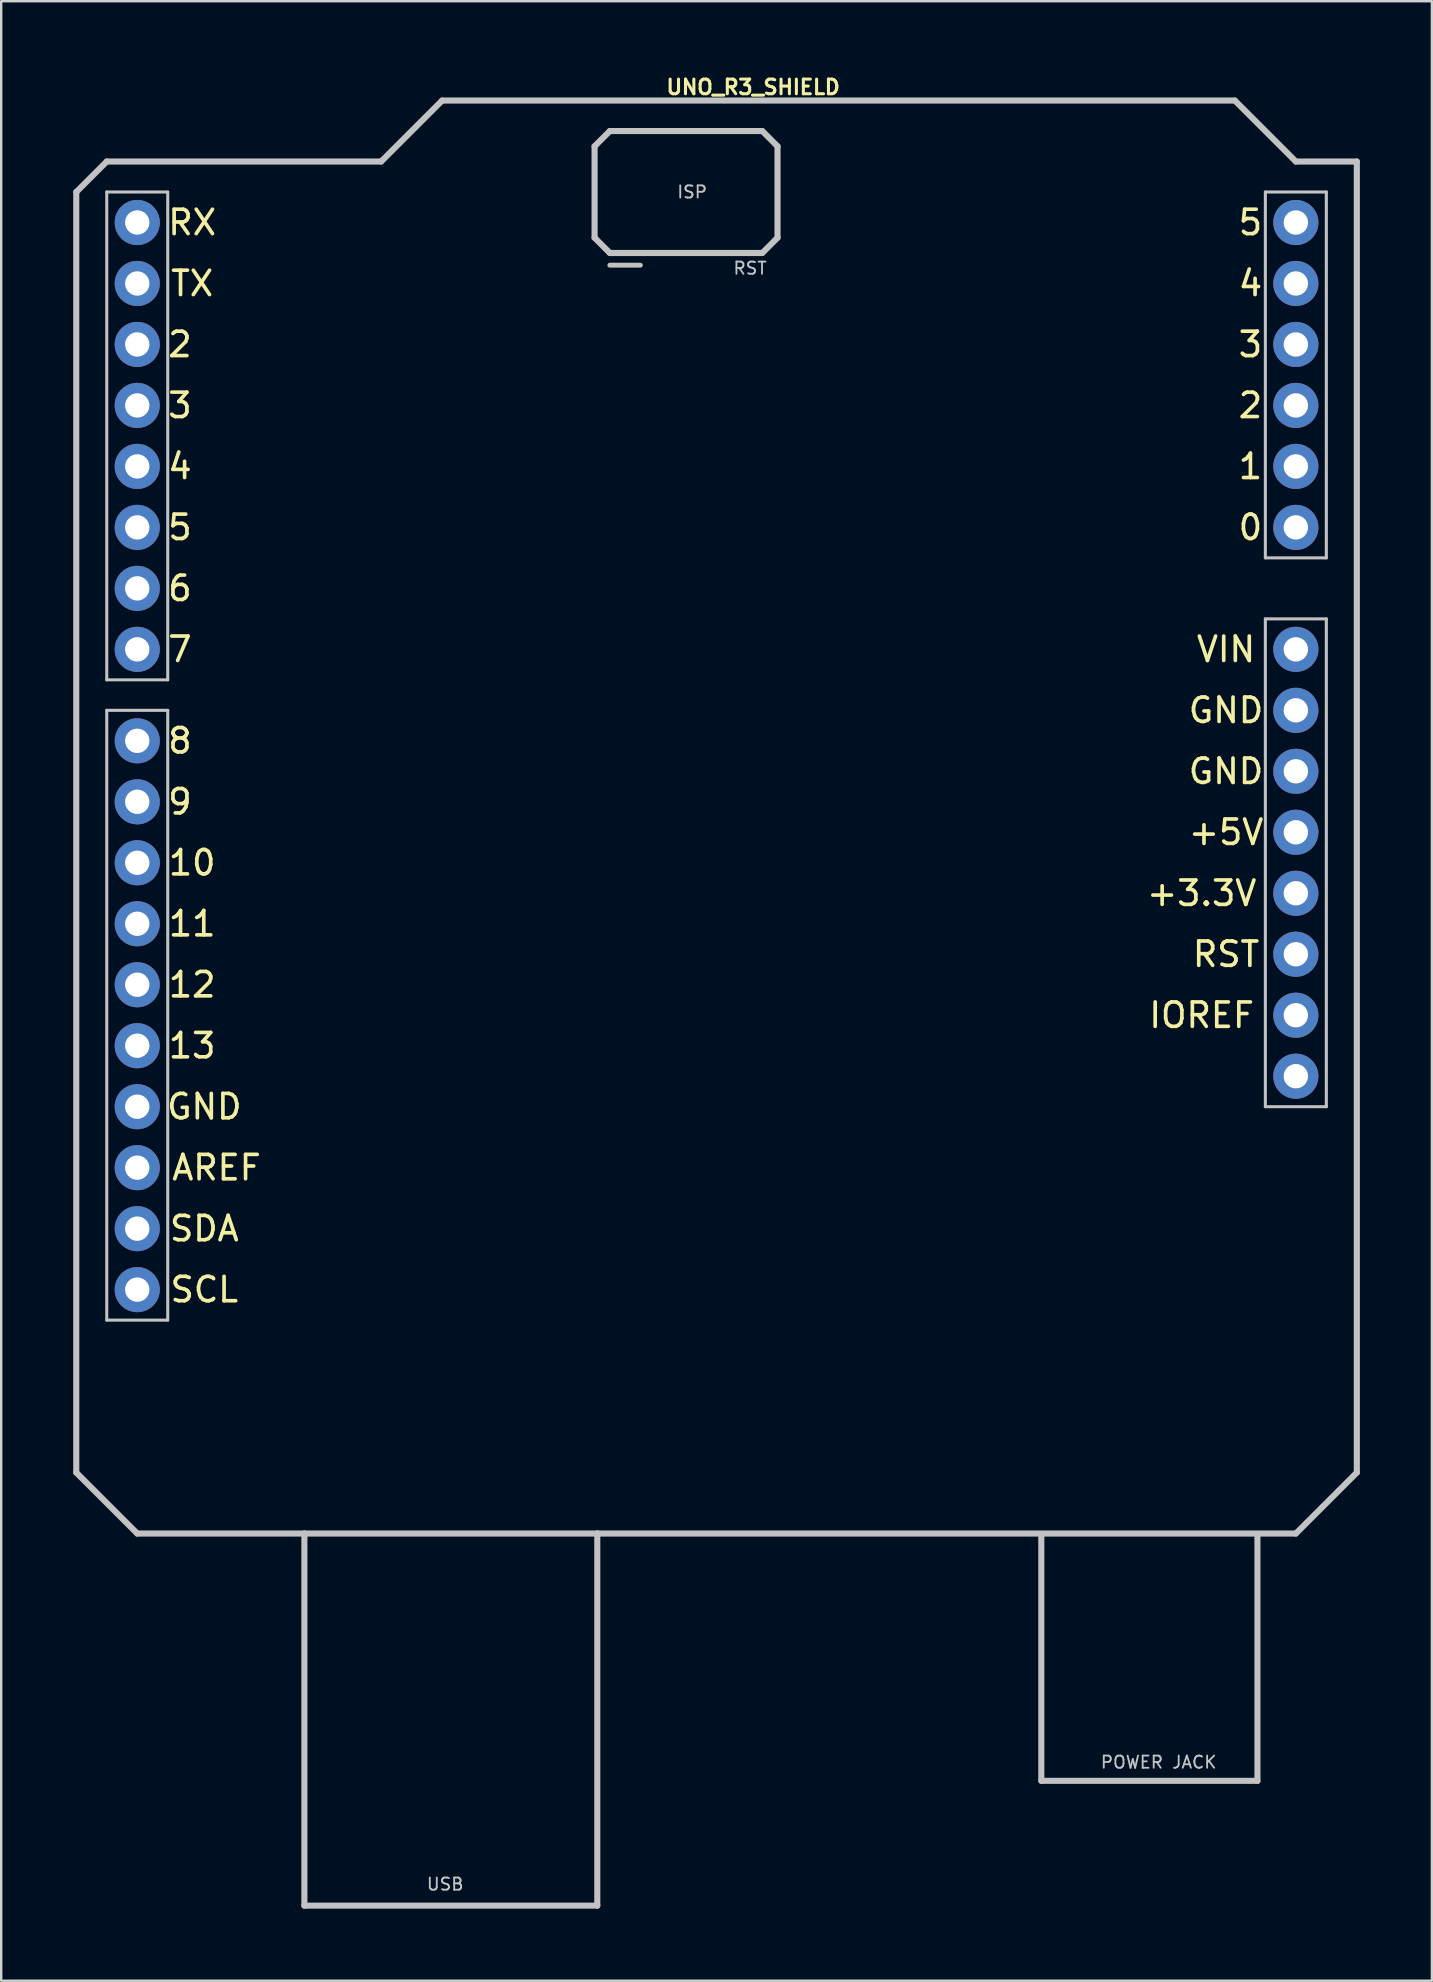
<source format=kicad_pcb>
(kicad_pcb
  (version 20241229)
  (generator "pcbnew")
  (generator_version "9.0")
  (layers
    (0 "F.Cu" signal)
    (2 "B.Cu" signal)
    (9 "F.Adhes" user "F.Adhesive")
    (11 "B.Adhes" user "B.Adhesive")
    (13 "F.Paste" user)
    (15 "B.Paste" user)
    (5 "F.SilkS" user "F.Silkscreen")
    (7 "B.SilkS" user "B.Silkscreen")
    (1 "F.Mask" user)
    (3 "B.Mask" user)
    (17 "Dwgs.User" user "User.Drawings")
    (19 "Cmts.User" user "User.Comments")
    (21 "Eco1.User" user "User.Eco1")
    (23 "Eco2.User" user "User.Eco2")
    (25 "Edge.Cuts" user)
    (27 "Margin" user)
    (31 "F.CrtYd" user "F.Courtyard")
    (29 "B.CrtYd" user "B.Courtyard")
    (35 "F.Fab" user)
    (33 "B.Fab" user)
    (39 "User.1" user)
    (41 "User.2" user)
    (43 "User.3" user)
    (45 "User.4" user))
  (footprint "UNO_R3_SHIELD"
    (layer "F.Cu")
    (at 26.797 31.618)
    (property "Reference" "UNO_R3_SHIELD" (at 1.524 -31.039 0) (layer "F.SilkS") (effects (font (size 0.61 0.61) (thickness 0.127))))
    (attr exclude_from_pos_files exclude_from_bom)
    (fp_line (start -26.67 -26.67) (end -26.67 26.67) (stroke (width 0.254) (type solid)) (layer "Dwgs.User"))
    (fp_line (start -26.67 26.67) (end -24.13 29.21) (stroke (width 0.254) (type solid)) (layer "Dwgs.User"))
    (fp_line (start -25.4 -27.94) (end -26.67 -26.67) (stroke (width 0.254) (type solid)) (layer "Dwgs.User"))
    (fp_line (start -25.4 -26.67) (end -22.86 -26.67) (stroke (width 0.127) (type solid)) (layer "Dwgs.User"))
    (fp_line (start -25.4 -6.35) (end -25.4 -26.67) (stroke (width 0.127) (type solid)) (layer "Dwgs.User"))
    (fp_line (start -25.4 -5.08) (end -22.86 -5.08) (stroke (width 0.127) (type solid)) (layer "Dwgs.User"))
    (fp_line (start -25.4 20.32) (end -25.4 -5.08) (stroke (width 0.127) (type solid)) (layer "Dwgs.User"))
    (fp_line (start -24.13 29.21) (end -17.168 29.21) (stroke (width 0.254) (type solid)) (layer "Dwgs.User"))
    (fp_line (start -22.86 -26.67) (end -22.86 -6.35) (stroke (width 0.127) (type solid)) (layer "Dwgs.User"))
    (fp_line (start -22.86 -6.35) (end -25.4 -6.35) (stroke (width 0.127) (type solid)) (layer "Dwgs.User"))
    (fp_line (start -22.86 -5.08) (end -22.86 20.32) (stroke (width 0.127) (type solid)) (layer "Dwgs.User"))
    (fp_line (start -22.86 20.32) (end -25.4 20.32) (stroke (width 0.127) (type solid)) (layer "Dwgs.User"))
    (fp_line (start -17.168 29.21) (end -4.968 29.21) (stroke (width 0.254) (type solid)) (layer "Dwgs.User"))
    (fp_line (start -17.168 44.709) (end -17.168 29.21) (stroke (width 0.254) (type solid)) (layer "Dwgs.User"))
    (fp_line (start -17.168 44.709) (end -4.968 44.709) (stroke (width 0.254) (type solid)) (layer "Dwgs.User"))
    (fp_line (start -13.97 -27.94) (end -25.4 -27.94) (stroke (width 0.254) (type solid)) (layer "Dwgs.User"))
    (fp_line (start -11.43 -30.48) (end -13.97 -27.94) (stroke (width 0.254) (type solid)) (layer "Dwgs.User"))
    (fp_line (start -5.08 -28.575) (end -4.445 -29.21) (stroke (width 0.254) (type solid)) (layer "Dwgs.User"))
    (fp_line (start -5.08 -24.765) (end -5.08 -28.575) (stroke (width 0.254) (type solid)) (layer "Dwgs.User"))
    (fp_line (start -4.968 29.21) (end 24.13 29.21) (stroke (width 0.254) (type solid)) (layer "Dwgs.User"))
    (fp_line (start -4.968 44.709) (end -4.968 29.21) (stroke (width 0.254) (type solid)) (layer "Dwgs.User"))
    (fp_line (start -4.445 -29.21) (end 1.905 -29.21) (stroke (width 0.254) (type solid)) (layer "Dwgs.User"))
    (fp_line (start -4.445 -24.13) (end -5.08 -24.765) (stroke (width 0.254) (type solid)) (layer "Dwgs.User"))
    (fp_line (start -3.175 -23.622) (end -4.445 -23.622) (stroke (width 0.203) (type solid)) (layer "Dwgs.User"))
    (fp_line (start 1.905 -29.21) (end 2.54 -28.575) (stroke (width 0.254) (type solid)) (layer "Dwgs.User"))
    (fp_line (start 1.905 -24.13) (end -4.445 -24.13) (stroke (width 0.254) (type solid)) (layer "Dwgs.User"))
    (fp_line (start 2.54 -28.575) (end 2.54 -24.765) (stroke (width 0.254) (type solid)) (layer "Dwgs.User"))
    (fp_line (start 2.54 -24.765) (end 1.905 -24.13) (stroke (width 0.254) (type solid)) (layer "Dwgs.User"))
    (fp_line (start 13.528 39.51) (end 13.528 29.309) (stroke (width 0.254) (type solid)) (layer "Dwgs.User"))
    (fp_line (start 13.528 39.51) (end 22.53 39.51) (stroke (width 0.254) (type solid)) (layer "Dwgs.User"))
    (fp_line (start 21.59 -30.48) (end -11.43 -30.48) (stroke (width 0.254) (type solid)) (layer "Dwgs.User"))
    (fp_line (start 22.53 39.51) (end 22.53 29.309) (stroke (width 0.254) (type solid)) (layer "Dwgs.User"))
    (fp_line (start 22.86 -26.67) (end 25.4 -26.67) (stroke (width 0.127) (type solid)) (layer "Dwgs.User"))
    (fp_line (start 22.86 -11.43) (end 22.86 -26.67) (stroke (width 0.127) (type solid)) (layer "Dwgs.User"))
    (fp_line (start 22.86 -8.89) (end 22.86 11.43) (stroke (width 0.127) (type solid)) (layer "Dwgs.User"))
    (fp_line (start 22.86 11.43) (end 25.4 11.43) (stroke (width 0.127) (type solid)) (layer "Dwgs.User"))
    (fp_line (start 24.13 -27.94) (end 21.59 -30.48) (stroke (width 0.254) (type solid)) (layer "Dwgs.User"))
    (fp_line (start 24.13 29.21) (end 26.67 26.67) (stroke (width 0.254) (type solid)) (layer "Dwgs.User"))
    (fp_line (start 25.4 -26.67) (end 25.4 -11.43) (stroke (width 0.127) (type solid)) (layer "Dwgs.User"))
    (fp_line (start 25.4 -11.43) (end 22.86 -11.43) (stroke (width 0.127) (type solid)) (layer "Dwgs.User"))
    (fp_line (start 25.4 -8.89) (end 22.86 -8.89) (stroke (width 0.127) (type solid)) (layer "Dwgs.User"))
    (fp_line (start 25.4 11.43) (end 25.4 -8.89) (stroke (width 0.127) (type solid)) (layer "Dwgs.User"))
    (fp_line (start 26.67 -27.94) (end 24.13 -27.94) (stroke (width 0.254) (type solid)) (layer "Dwgs.User"))
    (fp_line (start 26.67 26.67) (end 26.67 -27.94) (stroke (width 0.254) (type solid)) (layer "Dwgs.User"))
    (fp_text user "5" (at 22.238 -25.4 180) (layer "F.SilkS") (effects (font (size 1.016 1.016) (thickness 0.152))))
    (fp_text user "GND" (at 21.222 -5.08 180) (layer "F.SilkS") (effects (font (size 1.016 1.016) (thickness 0.152))))
    (fp_text user "+5V" (at 21.222 0 180) (layer "F.SilkS") (effects (font (size 1.016 1.016) (thickness 0.152))))
    (fp_text user "TX" (at -21.844 -22.86 0) (layer "F.SilkS") (effects (font (size 1.016 1.016) (thickness 0.152))))
    (fp_text user "5" (at -22.352 -12.7 0) (layer "F.SilkS") (effects (font (size 1.016 1.016) (thickness 0.152))))
    (fp_text user "4" (at 22.238 -22.86 180) (layer "F.SilkS") (effects (font (size 1.016 1.016) (thickness 0.152))))
    (fp_text user "2" (at -22.352 -20.32 0) (layer "F.SilkS") (effects (font (size 1.016 1.016) (thickness 0.152))))
    (fp_text user "RX" (at -21.844 -25.4 0) (layer "F.SilkS") (effects (font (size 1.016 1.016) (thickness 0.152))))
    (fp_text user "IOREF" (at 20.206 7.62 180) (layer "F.SilkS") (effects (font (size 1.016 1.016) (thickness 0.152))))
    (fp_text user "7" (at -22.352 -7.62 0) (layer "F.SilkS") (effects (font (size 1.016 1.016) (thickness 0.152))))
    (fp_text user "AREF" (at -20.828 13.97 0) (layer "F.SilkS") (effects (font (size 1.016 1.016) (thickness 0.152))))
    (fp_text user "RST" (at 21.222 5.08 180) (layer "F.SilkS") (effects (font (size 1.016 1.016) (thickness 0.152))))
    (fp_text user "GND" (at -21.336 11.43 0) (layer "F.SilkS") (effects (font (size 1.016 1.016) (thickness 0.152))))
    (fp_text user "0" (at 22.238 -12.7 180) (layer "F.SilkS") (effects (font (size 1.016 1.016) (thickness 0.152))))
    (fp_text user "3" (at -22.352 -17.78 0) (layer "F.SilkS") (effects (font (size 1.016 1.016) (thickness 0.152))))
    (fp_text user "4" (at -22.352 -15.24 0) (layer "F.SilkS") (effects (font (size 1.016 1.016) (thickness 0.152))))
    (fp_text user "2" (at 22.238 -17.78 180) (layer "F.SilkS") (effects (font (size 1.016 1.016) (thickness 0.152))))
    (fp_text user "10" (at -21.844 1.27 0) (layer "F.SilkS") (effects (font (size 1.016 1.016) (thickness 0.152))))
    (fp_text user "6" (at -22.352 -10.16 0) (layer "F.SilkS") (effects (font (size 1.016 1.016) (thickness 0.152))))
    (fp_text user "SDA" (at -21.336 16.51 0) (layer "F.SilkS") (effects (font (size 1.016 1.016) (thickness 0.152))))
    (fp_text user "9" (at -22.352 -1.27 0) (layer "F.SilkS") (effects (font (size 1.016 1.016) (thickness 0.152))))
    (fp_text user "GND" (at 21.222 -2.54 180) (layer "F.SilkS") (effects (font (size 1.016 1.016) (thickness 0.152))))
    (fp_text user "1" (at 22.238 -15.24 180) (layer "F.SilkS") (effects (font (size 1.016 1.016) (thickness 0.152))))
    (fp_text user "SCL" (at -21.336 19.05 0) (layer "F.SilkS") (effects (font (size 1.016 1.016) (thickness 0.152))))
    (fp_text user "12" (at -21.844 6.35 0) (layer "F.SilkS") (effects (font (size 1.016 1.016) (thickness 0.152))))
    (fp_text user "+3.3V" (at 20.206 2.54 180) (layer "F.SilkS") (effects (font (size 1.016 1.016) (thickness 0.152))))
    (fp_text user "VIN" (at 21.222 -7.62 180) (layer "F.SilkS") (effects (font (size 1.016 1.016) (thickness 0.152))))
    (fp_text user "8" (at -22.352 -3.81 0) (layer "F.SilkS") (effects (font (size 1.016 1.016) (thickness 0.152))))
    (fp_text user "13" (at -21.844 8.89 0) (layer "F.SilkS") (effects (font (size 1.016 1.016) (thickness 0.152))))
    (fp_text user "3" (at 22.238 -20.32 180) (layer "F.SilkS") (effects (font (size 1.016 1.016) (thickness 0.152))))
    (fp_text user "11" (at -21.844 3.81 0) (layer "F.SilkS") (effects (font (size 1.016 1.016) (thickness 0.152))))
    (fp_text user "POWER JACK" (at 18.415 38.735 0) (layer "Dwgs.User") (effects (font (size 0.508 0.508) (thickness 0.076))))
    (fp_text user "USB" (at -11.303 43.815 0) (layer "Dwgs.User") (effects (font (size 0.508 0.508) (thickness 0.076))))
    (fp_text user "RST" (at 1.397 -23.495 0) (layer "Dwgs.User") (effects (font (size 0.508 0.508) (thickness 0.076))))
    (fp_text user "ISP" (at -1.016 -26.67 0) (layer "Dwgs.User") (effects (font (size 0.508 0.508) (thickness 0.076))))
    (pad "3.3V" thru_hole circle (at 24.13 2.54) (size 1.88 1.88) (drill 1.016) (layers "*.Cu" "*.Paste" "*.Mask"))
    (pad "5V" thru_hole circle (at 24.13 0) (size 1.88 1.88) (drill 1.016) (layers "*.Cu" "*.Paste" "*.Mask"))
    (pad "A0" thru_hole circle (at 24.13 -12.7) (size 1.88 1.88) (drill 1.016) (layers "*.Cu" "*.Paste" "*.Mask"))
    (pad "A1" thru_hole circle (at 24.13 -15.24) (size 1.88 1.88) (drill 1.016) (layers "*.Cu" "*.Paste" "*.Mask"))
    (pad "A2" thru_hole circle (at 24.13 -17.78) (size 1.88 1.88) (drill 1.016) (layers "*.Cu" "*.Paste" "*.Mask"))
    (pad "A3" thru_hole circle (at 24.13 -20.32) (size 1.88 1.88) (drill 1.016) (layers "*.Cu" "*.Paste" "*.Mask"))
    (pad "A4" thru_hole circle (at 24.13 -22.86) (size 1.88 1.88) (drill 1.016) (layers "*.Cu" "*.Paste" "*.Mask"))
    (pad "A5" thru_hole circle (at 24.13 -25.4) (size 1.88 1.88) (drill 1.016) (layers "*.Cu" "*.Paste" "*.Mask"))
    (pad "AREF" thru_hole circle (at -24.13 13.97) (size 1.88 1.88) (drill 1.016) (layers "*.Cu" "*.Paste" "*.Mask"))
    (pad "D2" thru_hole circle (at -24.13 -20.32) (size 1.88 1.88) (drill 1.016) (layers "*.Cu" "*.Paste" "*.Mask"))
    (pad "D3" thru_hole circle (at -24.13 -17.78) (size 1.88 1.88) (drill 1.016) (layers "*.Cu" "*.Paste" "*.Mask"))
    (pad "D4" thru_hole circle (at -24.13 -15.24) (size 1.88 1.88) (drill 1.016) (layers "*.Cu" "*.Paste" "*.Mask"))
    (pad "D5" thru_hole circle (at -24.13 -12.7) (size 1.88 1.88) (drill 1.016) (layers "*.Cu" "*.Paste" "*.Mask"))
    (pad "D6" thru_hole circle (at -24.13 -10.16) (size 1.88 1.88) (drill 1.016) (layers "*.Cu" "*.Paste" "*.Mask"))
    (pad "D7" thru_hole circle (at -24.13 -7.62) (size 1.88 1.88) (drill 1.016) (layers "*.Cu" "*.Paste" "*.Mask"))
    (pad "D8" thru_hole circle (at -24.13 -3.81) (size 1.88 1.88) (drill 1.016) (layers "*.Cu" "*.Paste" "*.Mask"))
    (pad "D9" thru_hole circle (at -24.13 -1.27) (size 1.88 1.88) (drill 1.016) (layers "*.Cu" "*.Paste" "*.Mask"))
    (pad "D10" thru_hole circle (at -24.13 1.27) (size 1.88 1.88) (drill 1.016) (layers "*.Cu" "*.Paste" "*.Mask"))
    (pad "D11" thru_hole circle (at -24.13 3.81) (size 1.88 1.88) (drill 1.016) (layers "*.Cu" "*.Paste" "*.Mask"))
    (pad "D12" thru_hole circle (at -24.13 6.35) (size 1.88 1.88) (drill 1.016) (layers "*.Cu" "*.Paste" "*.Mask"))
    (pad "D13" thru_hole circle (at -24.13 8.89) (size 1.88 1.88) (drill 1.016) (layers "*.Cu" "*.Paste" "*.Mask"))
    (pad "GND@" thru_hole circle (at -24.13 11.43) (size 1.88 1.88) (drill 1.016) (layers "*.Cu" "*.Paste" "*.Mask"))
    (pad "GND@" thru_hole circle (at 24.13 -5.08) (size 1.88 1.88) (drill 1.016) (layers "*.Cu" "*.Paste" "*.Mask"))
    (pad "GND@" thru_hole circle (at 24.13 -2.54) (size 1.88 1.88) (drill 1.016) (layers "*.Cu" "*.Paste" "*.Mask"))
    (pad "IORE" thru_hole circle (at 24.13 7.62) (size 1.88 1.88) (drill 1.016) (layers "*.Cu" "*.Paste" "*.Mask"))
    (pad "NC" thru_hole circle (at 24.13 10.16) (size 1.88 1.88) (drill 1.016) (layers "*.Cu" "*.Paste" "*.Mask"))
    (pad "RES" thru_hole circle (at 24.13 5.08) (size 1.88 1.88) (drill 1.016) (layers "*.Cu" "*.Paste" "*.Mask"))
    (pad "RX" thru_hole circle (at -24.13 -25.4) (size 1.88 1.88) (drill 1.016) (layers "*.Cu" "*.Paste" "*.Mask"))
    (pad "SCL" thru_hole circle (at -24.13 19.05) (size 1.88 1.88) (drill 1.016) (layers "*.Cu" "*.Paste" "*.Mask"))
    (pad "SDA" thru_hole circle (at -24.13 16.51) (size 1.88 1.88) (drill 1.016) (layers "*.Cu" "*.Paste" "*.Mask"))
    (pad "TX" thru_hole circle (at -24.13 -22.86) (size 1.88 1.88) (drill 1.016) (layers "*.Cu" "*.Paste" "*.Mask"))
    (pad "VIN" thru_hole circle (at 24.13 -7.62) (size 1.88 1.88) (drill 1.016) (layers "*.Cu" "*.Paste" "*.Mask")))
  (gr_rect
    (start -3 -3)
    (end 56.594 79.454)
    (stroke (width 0.1) (type default))
    (fill no)
    (layer "Edge.Cuts")))
</source>
